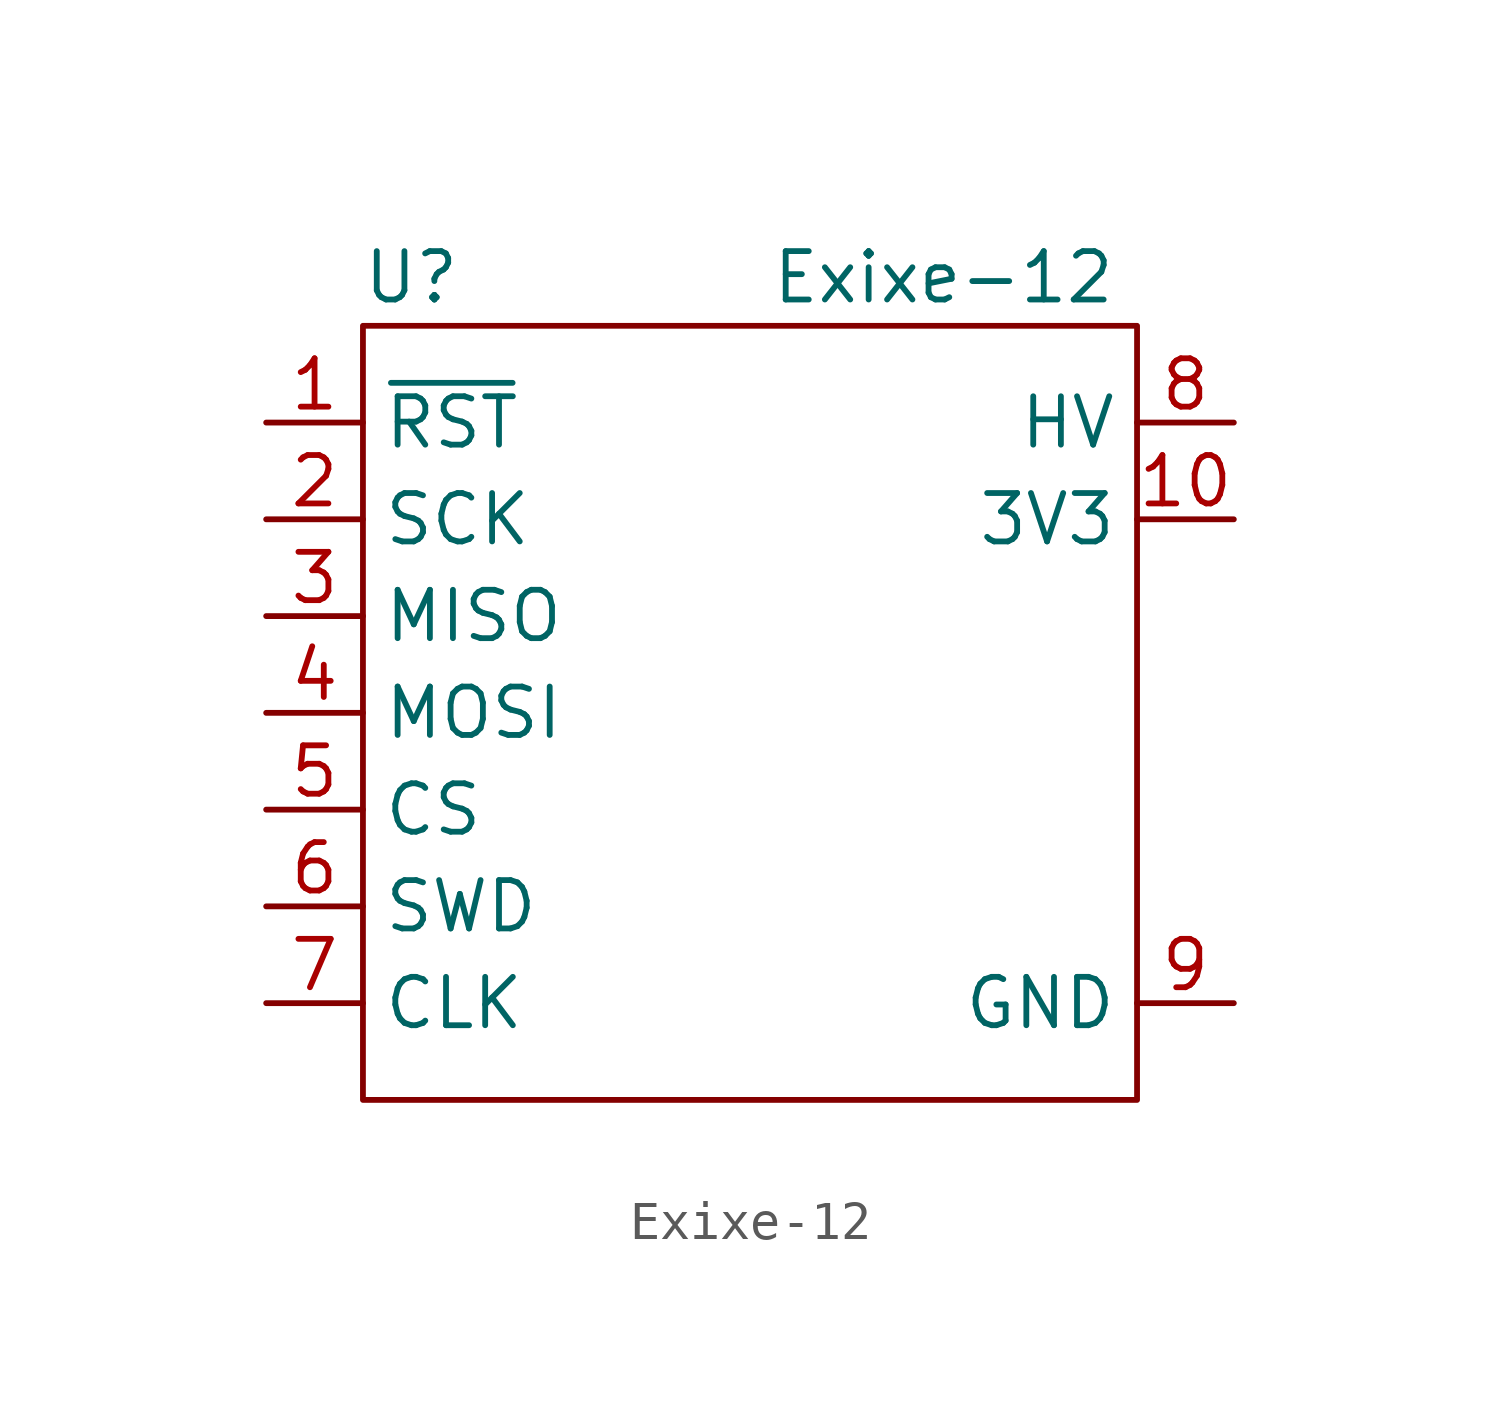
<source format=kicad_sym>
(kicad_symbol_lib
  (version 20211014)
  (generator kicad_symbol_editor)
  (symbol "Exixe-12"
    (property "Reference" "U"
      (at -8.89 10.16 0)
      (effects (font (size 1.27 1.27))))
    (property "Value" "Exixe-12"
      (at 5.08 10.16 0)
      (effects (font (size 1.27 1.27))))
    (symbol "Exixe-12_0_1"
      (rectangle (start -10.16 8.89) (end 10.16 -11.43) (stroke (width 0.152) (type default) (color 0 0 0 0)) (fill (type none))))
    (symbol "Exixe-12_1_1"
      (pin input line (at -12.7 6.35 0) (length 2.54) (name "~{RST}" (effects (font (size 1.27 1.27)))) (number "1" (effects (font (size 1.27 1.27)))))
      (pin power_in line (at 12.7 3.81 180) (length 2.54) (name "3V3" (effects (font (size 1.27 1.27)))) (number "10" (effects (font (size 1.27 1.27)))))
      (pin input line (at -12.7 3.81 0) (length 2.54) (name "SCK" (effects (font (size 1.27 1.27)))) (number "2" (effects (font (size 1.27 1.27)))))
      (pin output line (at -12.7 1.27 0) (length 2.54) (name "MISO" (effects (font (size 1.27 1.27)))) (number "3" (effects (font (size 1.27 1.27)))))
      (pin input line (at -12.7 -1.27 0) (length 2.54) (name "MOSI" (effects (font (size 1.27 1.27)))) (number "4" (effects (font (size 1.27 1.27)))))
      (pin input line (at -12.7 -3.81 0) (length 2.54) (name "CS" (effects (font (size 1.27 1.27)))) (number "5" (effects (font (size 1.27 1.27)))))
      (pin input line (at -12.7 -6.35 0) (length 2.54) (name "SWD" (effects (font (size 1.27 1.27)))) (number "6" (effects (font (size 1.27 1.27)))))
      (pin input line (at -12.7 -8.89 0) (length 2.54) (name "CLK" (effects (font (size 1.27 1.27)))) (number "7" (effects (font (size 1.27 1.27)))))
      (pin power_in line (at 12.7 6.35 180) (length 2.54) (name "HV" (effects (font (size 1.27 1.27)))) (number "8" (effects (font (size 1.27 1.27)))))
      (pin power_in line (at 12.7 -8.89 180) (length 2.54) (name "GND" (effects (font (size 1.27 1.27)))) (number "9" (effects (font (size 1.27 1.27))))))))
</source>
